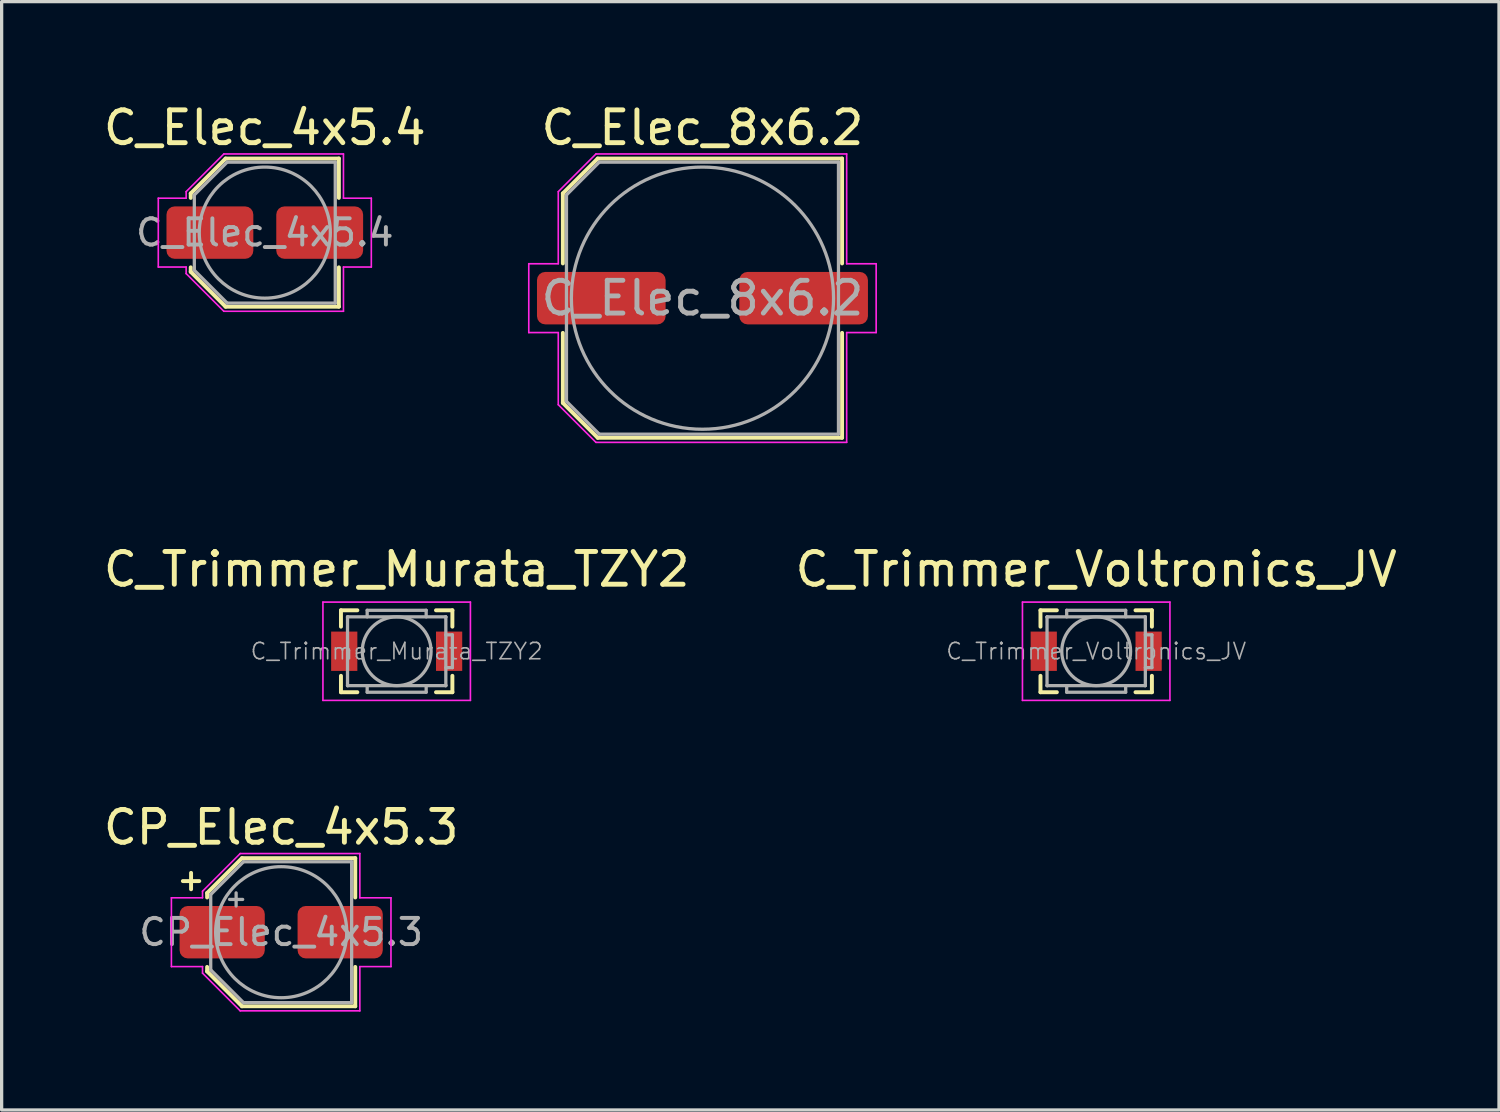
<source format=kicad_pcb>
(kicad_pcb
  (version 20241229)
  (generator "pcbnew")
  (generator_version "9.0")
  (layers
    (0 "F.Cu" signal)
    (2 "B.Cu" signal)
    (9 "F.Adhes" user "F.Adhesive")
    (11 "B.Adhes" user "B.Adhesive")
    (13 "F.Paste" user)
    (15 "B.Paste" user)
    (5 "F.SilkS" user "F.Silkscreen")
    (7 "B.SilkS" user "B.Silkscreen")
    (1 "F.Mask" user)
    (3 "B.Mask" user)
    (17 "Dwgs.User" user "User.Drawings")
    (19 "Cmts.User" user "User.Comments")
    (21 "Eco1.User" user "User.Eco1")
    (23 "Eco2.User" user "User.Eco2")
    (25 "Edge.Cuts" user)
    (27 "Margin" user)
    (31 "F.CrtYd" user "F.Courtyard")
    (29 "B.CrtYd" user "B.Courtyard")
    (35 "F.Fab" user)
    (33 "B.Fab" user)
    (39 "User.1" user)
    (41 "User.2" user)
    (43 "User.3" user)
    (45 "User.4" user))
  (footprint "C_Elec_8x6.2"
    (layer "F.Cu")
    (at 18.385 6.048)
    (property "Reference" "C_Elec_8x6.2" (at 0 -5.2 0) (layer "F.SilkS") (effects (font (size 1 1) (thickness 0.15))))
    (attr smd)
    (fp_line (start -4.26 -3.196) (end -4.26 -1.06) (stroke (width 0.12) (type solid)) (layer "F.SilkS"))
    (fp_line (start -4.26 -3.196) (end -3.196 -4.26) (stroke (width 0.12) (type solid)) (layer "F.SilkS"))
    (fp_line (start -4.26 3.196) (end -4.26 1.06) (stroke (width 0.12) (type solid)) (layer "F.SilkS"))
    (fp_line (start -4.26 3.196) (end -3.196 4.26) (stroke (width 0.12) (type solid)) (layer "F.SilkS"))
    (fp_line (start -3.196 -4.26) (end 4.26 -4.26) (stroke (width 0.12) (type solid)) (layer "F.SilkS"))
    (fp_line (start -3.196 4.26) (end 4.26 4.26) (stroke (width 0.12) (type solid)) (layer "F.SilkS"))
    (fp_line (start 4.26 -4.26) (end 4.26 -1.06) (stroke (width 0.12) (type solid)) (layer "F.SilkS"))
    (fp_line (start 4.26 4.26) (end 4.26 1.06) (stroke (width 0.12) (type solid)) (layer "F.SilkS"))
    (fp_line (start -5.3 -1.05) (end -5.3 1.05) (stroke (width 0.05) (type solid)) (layer "F.CrtYd"))
    (fp_line (start -5.3 1.05) (end -4.4 1.05) (stroke (width 0.05) (type solid)) (layer "F.CrtYd"))
    (fp_line (start -4.4 -3.25) (end -4.4 -1.05) (stroke (width 0.05) (type solid)) (layer "F.CrtYd"))
    (fp_line (start -4.4 -3.25) (end -3.25 -4.4) (stroke (width 0.05) (type solid)) (layer "F.CrtYd"))
    (fp_line (start -4.4 -1.05) (end -5.3 -1.05) (stroke (width 0.05) (type solid)) (layer "F.CrtYd"))
    (fp_line (start -4.4 1.05) (end -4.4 3.25) (stroke (width 0.05) (type solid)) (layer "F.CrtYd"))
    (fp_line (start -4.4 3.25) (end -3.25 4.4) (stroke (width 0.05) (type solid)) (layer "F.CrtYd"))
    (fp_line (start -3.25 -4.4) (end 4.4 -4.4) (stroke (width 0.05) (type solid)) (layer "F.CrtYd"))
    (fp_line (start -3.25 4.4) (end 4.4 4.4) (stroke (width 0.05) (type solid)) (layer "F.CrtYd"))
    (fp_line (start 4.4 -4.4) (end 4.4 -1.05) (stroke (width 0.05) (type solid)) (layer "F.CrtYd"))
    (fp_line (start 4.4 -1.05) (end 5.3 -1.05) (stroke (width 0.05) (type solid)) (layer "F.CrtYd"))
    (fp_line (start 4.4 1.05) (end 4.4 4.4) (stroke (width 0.05) (type solid)) (layer "F.CrtYd"))
    (fp_line (start 5.3 -1.05) (end 5.3 1.05) (stroke (width 0.05) (type solid)) (layer "F.CrtYd"))
    (fp_line (start 5.3 1.05) (end 4.4 1.05) (stroke (width 0.05) (type solid)) (layer "F.CrtYd"))
    (fp_line (start -4.15 -3.15) (end -4.15 3.15) (stroke (width 0.1) (type solid)) (layer "F.Fab"))
    (fp_line (start -4.15 -3.15) (end -3.15 -4.15) (stroke (width 0.1) (type solid)) (layer "F.Fab"))
    (fp_line (start -4.15 3.15) (end -3.15 4.15) (stroke (width 0.1) (type solid)) (layer "F.Fab"))
    (fp_line (start -3.15 -4.15) (end 4.15 -4.15) (stroke (width 0.1) (type solid)) (layer "F.Fab"))
    (fp_line (start -3.15 4.15) (end 4.15 4.15) (stroke (width 0.1) (type solid)) (layer "F.Fab"))
    (fp_line (start 4.15 -4.15) (end 4.15 4.15) (stroke (width 0.1) (type solid)) (layer "F.Fab"))
    (fp_circle (center 0 0) (end 4 0) (stroke (width 0.1) (type solid)) (fill no) (layer "F.Fab"))
    (fp_text user "${REFERENCE}" (at 0 0 0) (layer "F.Fab") (effects (font (size 1 1) (thickness 0.15))))
    (pad "1" smd roundrect (at -3.087 0) (size 3.925 1.6) (layers "F.Cu" "F.Mask" "F.Paste") (roundrect_rratio 0.156))
    (pad "2" smd roundrect (at 3.087 0) (size 3.925 1.6) (layers "F.Cu" "F.Mask" "F.Paste") (roundrect_rratio 0.156)))
  (footprint "C_Trimmer_Murata_TZY2"
    (layer "F.Cu")
    (at 9.054 16.822)
    (property "Reference" "C_Trimmer_Murata_TZY2" (at 0 -2.5 0) (layer "F.SilkS") (effects (font (size 1 1) (thickness 0.15))))
    (attr smd)
    (fp_line (start -1.7 -1.25) (end -1.7 -0.75) (stroke (width 0.12) (type solid)) (layer "F.SilkS"))
    (fp_line (start -1.7 -1.25) (end -1.2 -1.25) (stroke (width 0.12) (type solid)) (layer "F.SilkS"))
    (fp_line (start -1.7 1.25) (end -1.7 0.75) (stroke (width 0.12) (type solid)) (layer "F.SilkS"))
    (fp_line (start -1.7 1.25) (end -1.2 1.25) (stroke (width 0.12) (type solid)) (layer "F.SilkS"))
    (fp_line (start 1.7 -1.25) (end 1.2 -1.25) (stroke (width 0.12) (type solid)) (layer "F.SilkS"))
    (fp_line (start 1.7 -1.25) (end 1.7 -0.75) (stroke (width 0.12) (type solid)) (layer "F.SilkS"))
    (fp_line (start 1.7 1.25) (end 1.2 1.25) (stroke (width 0.12) (type solid)) (layer "F.SilkS"))
    (fp_line (start 1.7 1.25) (end 1.7 0.75) (stroke (width 0.12) (type solid)) (layer "F.SilkS"))
    (fp_line (start -2.25 -1.5) (end -2.25 1.5) (stroke (width 0.05) (type solid)) (layer "F.CrtYd"))
    (fp_line (start -2.25 1.5) (end 2.25 1.5) (stroke (width 0.05) (type solid)) (layer "F.CrtYd"))
    (fp_line (start 2.25 -1.5) (end -2.25 -1.5) (stroke (width 0.05) (type solid)) (layer "F.CrtYd"))
    (fp_line (start 2.25 1.5) (end 2.25 -1.5) (stroke (width 0.05) (type solid)) (layer "F.CrtYd"))
    (fp_line (start -1.5 -1.05) (end -1.49 -1.05) (stroke (width 0.1) (type solid)) (layer "F.Fab"))
    (fp_line (start -1.5 -1.04) (end -1.5 -1.05) (stroke (width 0.1) (type solid)) (layer "F.Fab"))
    (fp_line (start -1.5 1.04) (end -1.5 -1.04) (stroke (width 0.1) (type solid)) (layer "F.Fab"))
    (fp_line (start -1.5 1.05) (end -1.5 1.04) (stroke (width 0.1) (type solid)) (layer "F.Fab"))
    (fp_line (start -1.49 -1.05) (end 1.49 -1.05) (stroke (width 0.1) (type solid)) (layer "F.Fab"))
    (fp_line (start -1.49 1.05) (end -1.5 1.05) (stroke (width 0.1) (type solid)) (layer "F.Fab"))
    (fp_line (start -0.9 -1.25) (end 0.9 -1.25) (stroke (width 0.1) (type solid)) (layer "F.Fab"))
    (fp_line (start -0.9 -1.05) (end -0.9 -1.25) (stroke (width 0.1) (type solid)) (layer "F.Fab"))
    (fp_line (start -0.9 1.05) (end -0.9 1.25) (stroke (width 0.1) (type solid)) (layer "F.Fab"))
    (fp_line (start -0.9 1.25) (end 0.9 1.25) (stroke (width 0.1) (type solid)) (layer "F.Fab"))
    (fp_line (start 0.9 -1.25) (end 0.9 -1.05) (stroke (width 0.1) (type solid)) (layer "F.Fab"))
    (fp_line (start 0.9 1.25) (end 0.9 1.05) (stroke (width 0.1) (type solid)) (layer "F.Fab"))
    (fp_line (start 1.49 -1.05) (end 1.5 -1.05) (stroke (width 0.1) (type solid)) (layer "F.Fab"))
    (fp_line (start 1.49 1.05) (end -1.49 1.05) (stroke (width 0.1) (type solid)) (layer "F.Fab"))
    (fp_line (start 1.5 -1.05) (end 1.5 -1.04) (stroke (width 0.1) (type solid)) (layer "F.Fab"))
    (fp_line (start 1.5 -1.04) (end 1.5 1.04) (stroke (width 0.1) (type solid)) (layer "F.Fab"))
    (fp_line (start 1.5 -0.5) (end 1.7 -0.5) (stroke (width 0.1) (type solid)) (layer "F.Fab"))
    (fp_line (start 1.5 1.04) (end 1.5 1.05) (stroke (width 0.1) (type solid)) (layer "F.Fab"))
    (fp_line (start 1.5 1.05) (end 1.49 1.05) (stroke (width 0.1) (type solid)) (layer "F.Fab"))
    (fp_line (start 1.7 -0.5) (end 1.7 0.5) (stroke (width 0.1) (type solid)) (layer "F.Fab"))
    (fp_line (start 1.7 0.5) (end 1.5 0.5) (stroke (width 0.1) (type solid)) (layer "F.Fab"))
    (fp_circle (center 0 0) (end 1.05 0) (stroke (width 0.1) (type solid)) (fill no) (layer "F.Fab"))
    (fp_text user "${REFERENCE}" (at 0 0 0) (layer "F.Fab") (effects (font (size 0.5 0.5) (thickness 0.05))))
    (pad "1" smd rect (at -1.6 0) (size 0.8 1.2) (layers "F.Cu" "F.Mask" "F.Paste"))
    (pad "2" smd rect (at 1.6 0) (size 0.8 1.2) (layers "F.Cu" "F.Mask" "F.Paste")))
  (footprint "C_Elec_4x5.4"
    (layer "F.Cu")
    (at 5.03 4.048)
    (property "Reference" "C_Elec_4x5.4" (at 0 -3.2 0) (layer "F.SilkS") (effects (font (size 1 1) (thickness 0.15))))
    (attr smd)
    (fp_line (start -2.26 -1.196) (end -2.26 -1.06) (stroke (width 0.12) (type solid)) (layer "F.SilkS"))
    (fp_line (start -2.26 -1.196) (end -1.196 -2.26) (stroke (width 0.12) (type solid)) (layer "F.SilkS"))
    (fp_line (start -2.26 1.196) (end -2.26 1.06) (stroke (width 0.12) (type solid)) (layer "F.SilkS"))
    (fp_line (start -2.26 1.196) (end -1.196 2.26) (stroke (width 0.12) (type solid)) (layer "F.SilkS"))
    (fp_line (start -1.196 -2.26) (end 2.26 -2.26) (stroke (width 0.12) (type solid)) (layer "F.SilkS"))
    (fp_line (start -1.196 2.26) (end 2.26 2.26) (stroke (width 0.12) (type solid)) (layer "F.SilkS"))
    (fp_line (start 2.26 -2.26) (end 2.26 -1.06) (stroke (width 0.12) (type solid)) (layer "F.SilkS"))
    (fp_line (start 2.26 2.26) (end 2.26 1.06) (stroke (width 0.12) (type solid)) (layer "F.SilkS"))
    (fp_line (start -3.25 -1.05) (end -3.25 1.05) (stroke (width 0.05) (type solid)) (layer "F.CrtYd"))
    (fp_line (start -3.25 1.05) (end -2.4 1.05) (stroke (width 0.05) (type solid)) (layer "F.CrtYd"))
    (fp_line (start -2.4 -1.25) (end -2.4 -1.05) (stroke (width 0.05) (type solid)) (layer "F.CrtYd"))
    (fp_line (start -2.4 -1.25) (end -1.25 -2.4) (stroke (width 0.05) (type solid)) (layer "F.CrtYd"))
    (fp_line (start -2.4 -1.05) (end -3.25 -1.05) (stroke (width 0.05) (type solid)) (layer "F.CrtYd"))
    (fp_line (start -2.4 1.05) (end -2.4 1.25) (stroke (width 0.05) (type solid)) (layer "F.CrtYd"))
    (fp_line (start -2.4 1.25) (end -1.25 2.4) (stroke (width 0.05) (type solid)) (layer "F.CrtYd"))
    (fp_line (start -1.25 -2.4) (end 2.4 -2.4) (stroke (width 0.05) (type solid)) (layer "F.CrtYd"))
    (fp_line (start -1.25 2.4) (end 2.4 2.4) (stroke (width 0.05) (type solid)) (layer "F.CrtYd"))
    (fp_line (start 2.4 -2.4) (end 2.4 -1.05) (stroke (width 0.05) (type solid)) (layer "F.CrtYd"))
    (fp_line (start 2.4 -1.05) (end 3.25 -1.05) (stroke (width 0.05) (type solid)) (layer "F.CrtYd"))
    (fp_line (start 2.4 1.05) (end 2.4 2.4) (stroke (width 0.05) (type solid)) (layer "F.CrtYd"))
    (fp_line (start 3.25 -1.05) (end 3.25 1.05) (stroke (width 0.05) (type solid)) (layer "F.CrtYd"))
    (fp_line (start 3.25 1.05) (end 2.4 1.05) (stroke (width 0.05) (type solid)) (layer "F.CrtYd"))
    (fp_line (start -2.15 -1.15) (end -2.15 1.15) (stroke (width 0.1) (type solid)) (layer "F.Fab"))
    (fp_line (start -2.15 -1.15) (end -1.15 -2.15) (stroke (width 0.1) (type solid)) (layer "F.Fab"))
    (fp_line (start -2.15 1.15) (end -1.15 2.15) (stroke (width 0.1) (type solid)) (layer "F.Fab"))
    (fp_line (start -1.15 -2.15) (end 2.15 -2.15) (stroke (width 0.1) (type solid)) (layer "F.Fab"))
    (fp_line (start -1.15 2.15) (end 2.15 2.15) (stroke (width 0.1) (type solid)) (layer "F.Fab"))
    (fp_line (start 2.15 -2.15) (end 2.15 2.15) (stroke (width 0.1) (type solid)) (layer "F.Fab"))
    (fp_circle (center 0 0) (end 2 0) (stroke (width 0.1) (type solid)) (fill no) (layer "F.Fab"))
    (fp_text user "${REFERENCE}" (at 0 0 0) (layer "F.Fab") (effects (font (size 0.8 0.8) (thickness 0.12))))
    (pad "1" smd roundrect (at -1.675 0) (size 2.65 1.6) (layers "F.Cu" "F.Mask" "F.Paste") (roundrect_rratio 0.156))
    (pad "2" smd roundrect (at 1.675 0) (size 2.65 1.6) (layers "F.Cu" "F.Mask" "F.Paste") (roundrect_rratio 0.156)))
  (footprint "C_Trimmer_Voltronics_JV"
    (layer "F.Cu")
    (at 30.399 16.822)
    (property "Reference" "C_Trimmer_Voltronics_JV" (at 0 -2.5 0) (layer "F.SilkS") (effects (font (size 1 1) (thickness 0.15))))
    (attr smd)
    (fp_line (start -1.7 -1.25) (end -1.7 -0.75) (stroke (width 0.12) (type solid)) (layer "F.SilkS"))
    (fp_line (start -1.7 -1.25) (end -1.2 -1.25) (stroke (width 0.12) (type solid)) (layer "F.SilkS"))
    (fp_line (start -1.7 1.25) (end -1.7 0.75) (stroke (width 0.12) (type solid)) (layer "F.SilkS"))
    (fp_line (start -1.7 1.25) (end -1.2 1.25) (stroke (width 0.12) (type solid)) (layer "F.SilkS"))
    (fp_line (start 1.7 -1.25) (end 1.2 -1.25) (stroke (width 0.12) (type solid)) (layer "F.SilkS"))
    (fp_line (start 1.7 -1.25) (end 1.7 -0.75) (stroke (width 0.12) (type solid)) (layer "F.SilkS"))
    (fp_line (start 1.7 1.25) (end 1.2 1.25) (stroke (width 0.12) (type solid)) (layer "F.SilkS"))
    (fp_line (start 1.7 1.25) (end 1.7 0.75) (stroke (width 0.12) (type solid)) (layer "F.SilkS"))
    (fp_line (start -2.25 -1.5) (end -2.25 1.5) (stroke (width 0.05) (type solid)) (layer "F.CrtYd"))
    (fp_line (start -2.25 1.5) (end 2.25 1.5) (stroke (width 0.05) (type solid)) (layer "F.CrtYd"))
    (fp_line (start 2.25 -1.5) (end -2.25 -1.5) (stroke (width 0.05) (type solid)) (layer "F.CrtYd"))
    (fp_line (start 2.25 1.5) (end 2.25 -1.5) (stroke (width 0.05) (type solid)) (layer "F.CrtYd"))
    (fp_line (start -1.5 -1.05) (end -1.49 -1.05) (stroke (width 0.1) (type solid)) (layer "F.Fab"))
    (fp_line (start -1.5 -1.04) (end -1.5 -1.05) (stroke (width 0.1) (type solid)) (layer "F.Fab"))
    (fp_line (start -1.5 1.04) (end -1.5 -1.04) (stroke (width 0.1) (type solid)) (layer "F.Fab"))
    (fp_line (start -1.5 1.05) (end -1.5 1.04) (stroke (width 0.1) (type solid)) (layer "F.Fab"))
    (fp_line (start -1.49 -1.05) (end 1.49 -1.05) (stroke (width 0.1) (type solid)) (layer "F.Fab"))
    (fp_line (start -1.49 1.05) (end -1.5 1.05) (stroke (width 0.1) (type solid)) (layer "F.Fab"))
    (fp_line (start -0.9 -1.25) (end 0.9 -1.25) (stroke (width 0.1) (type solid)) (layer "F.Fab"))
    (fp_line (start -0.9 -1.05) (end -0.9 -1.25) (stroke (width 0.1) (type solid)) (layer "F.Fab"))
    (fp_line (start -0.9 1.05) (end -0.9 1.25) (stroke (width 0.1) (type solid)) (layer "F.Fab"))
    (fp_line (start -0.9 1.25) (end 0.9 1.25) (stroke (width 0.1) (type solid)) (layer "F.Fab"))
    (fp_line (start 0.9 -1.25) (end 0.9 -1.05) (stroke (width 0.1) (type solid)) (layer "F.Fab"))
    (fp_line (start 0.9 1.25) (end 0.9 1.05) (stroke (width 0.1) (type solid)) (layer "F.Fab"))
    (fp_line (start 1.49 -1.05) (end 1.5 -1.05) (stroke (width 0.1) (type solid)) (layer "F.Fab"))
    (fp_line (start 1.49 1.05) (end -1.49 1.05) (stroke (width 0.1) (type solid)) (layer "F.Fab"))
    (fp_line (start 1.5 -1.05) (end 1.5 -1.04) (stroke (width 0.1) (type solid)) (layer "F.Fab"))
    (fp_line (start 1.5 -1.04) (end 1.5 1.04) (stroke (width 0.1) (type solid)) (layer "F.Fab"))
    (fp_line (start 1.5 -0.5) (end 1.7 -0.5) (stroke (width 0.1) (type solid)) (layer "F.Fab"))
    (fp_line (start 1.5 1.04) (end 1.5 1.05) (stroke (width 0.1) (type solid)) (layer "F.Fab"))
    (fp_line (start 1.5 1.05) (end 1.49 1.05) (stroke (width 0.1) (type solid)) (layer "F.Fab"))
    (fp_line (start 1.7 -0.5) (end 1.7 0.5) (stroke (width 0.1) (type solid)) (layer "F.Fab"))
    (fp_line (start 1.7 0.5) (end 1.5 0.5) (stroke (width 0.1) (type solid)) (layer "F.Fab"))
    (fp_circle (center 0 0) (end 1.05 0) (stroke (width 0.1) (type solid)) (fill no) (layer "F.Fab"))
    (fp_text user "${REFERENCE}" (at 0 0 0) (layer "F.Fab") (effects (font (size 0.5 0.5) (thickness 0.05))))
    (pad "1" smd rect (at -1.6 0) (size 0.8 1.2) (layers "F.Cu" "F.Mask" "F.Paste"))
    (pad "2" smd rect (at 1.6 0) (size 0.8 1.2) (layers "F.Cu" "F.Mask" "F.Paste")))
  (footprint "CP_Elec_4x5.3"
    (layer "F.Cu")
    (at 5.53 25.395)
    (property "Reference" "CP_Elec_4x5.3" (at 0 -3.2 0) (layer "F.SilkS") (effects (font (size 1 1) (thickness 0.15))))
    (attr smd)
    (fp_line (start -3 -1.56) (end -2.5 -1.56) (stroke (width 0.12) (type solid)) (layer "F.SilkS"))
    (fp_line (start -2.75 -1.81) (end -2.75 -1.31) (stroke (width 0.12) (type solid)) (layer "F.SilkS"))
    (fp_line (start -2.26 -1.196) (end -2.26 -1.06) (stroke (width 0.12) (type solid)) (layer "F.SilkS"))
    (fp_line (start -2.26 -1.196) (end -1.196 -2.26) (stroke (width 0.12) (type solid)) (layer "F.SilkS"))
    (fp_line (start -2.26 1.196) (end -2.26 1.06) (stroke (width 0.12) (type solid)) (layer "F.SilkS"))
    (fp_line (start -2.26 1.196) (end -1.196 2.26) (stroke (width 0.12) (type solid)) (layer "F.SilkS"))
    (fp_line (start -1.196 -2.26) (end 2.26 -2.26) (stroke (width 0.12) (type solid)) (layer "F.SilkS"))
    (fp_line (start -1.196 2.26) (end 2.26 2.26) (stroke (width 0.12) (type solid)) (layer "F.SilkS"))
    (fp_line (start 2.26 -2.26) (end 2.26 -1.06) (stroke (width 0.12) (type solid)) (layer "F.SilkS"))
    (fp_line (start 2.26 2.26) (end 2.26 1.06) (stroke (width 0.12) (type solid)) (layer "F.SilkS"))
    (fp_line (start -3.35 -1.05) (end -3.35 1.05) (stroke (width 0.05) (type solid)) (layer "F.CrtYd"))
    (fp_line (start -3.35 1.05) (end -2.4 1.05) (stroke (width 0.05) (type solid)) (layer "F.CrtYd"))
    (fp_line (start -2.4 -1.25) (end -2.4 -1.05) (stroke (width 0.05) (type solid)) (layer "F.CrtYd"))
    (fp_line (start -2.4 -1.25) (end -1.25 -2.4) (stroke (width 0.05) (type solid)) (layer "F.CrtYd"))
    (fp_line (start -2.4 -1.05) (end -3.35 -1.05) (stroke (width 0.05) (type solid)) (layer "F.CrtYd"))
    (fp_line (start -2.4 1.05) (end -2.4 1.25) (stroke (width 0.05) (type solid)) (layer "F.CrtYd"))
    (fp_line (start -2.4 1.25) (end -1.25 2.4) (stroke (width 0.05) (type solid)) (layer "F.CrtYd"))
    (fp_line (start -1.25 -2.4) (end 2.4 -2.4) (stroke (width 0.05) (type solid)) (layer "F.CrtYd"))
    (fp_line (start -1.25 2.4) (end 2.4 2.4) (stroke (width 0.05) (type solid)) (layer "F.CrtYd"))
    (fp_line (start 2.4 -2.4) (end 2.4 -1.05) (stroke (width 0.05) (type solid)) (layer "F.CrtYd"))
    (fp_line (start 2.4 -1.05) (end 3.35 -1.05) (stroke (width 0.05) (type solid)) (layer "F.CrtYd"))
    (fp_line (start 2.4 1.05) (end 2.4 2.4) (stroke (width 0.05) (type solid)) (layer "F.CrtYd"))
    (fp_line (start 3.35 -1.05) (end 3.35 1.05) (stroke (width 0.05) (type solid)) (layer "F.CrtYd"))
    (fp_line (start 3.35 1.05) (end 2.4 1.05) (stroke (width 0.05) (type solid)) (layer "F.CrtYd"))
    (fp_line (start -2.15 -1.15) (end -2.15 1.15) (stroke (width 0.1) (type solid)) (layer "F.Fab"))
    (fp_line (start -2.15 -1.15) (end -1.15 -2.15) (stroke (width 0.1) (type solid)) (layer "F.Fab"))
    (fp_line (start -2.15 1.15) (end -1.15 2.15) (stroke (width 0.1) (type solid)) (layer "F.Fab"))
    (fp_line (start -1.575 -1) (end -1.175 -1) (stroke (width 0.1) (type solid)) (layer "F.Fab"))
    (fp_line (start -1.375 -1.2) (end -1.375 -0.8) (stroke (width 0.1) (type solid)) (layer "F.Fab"))
    (fp_line (start -1.15 -2.15) (end 2.15 -2.15) (stroke (width 0.1) (type solid)) (layer "F.Fab"))
    (fp_line (start -1.15 2.15) (end 2.15 2.15) (stroke (width 0.1) (type solid)) (layer "F.Fab"))
    (fp_line (start 2.15 -2.15) (end 2.15 2.15) (stroke (width 0.1) (type solid)) (layer "F.Fab"))
    (fp_circle (center 0 0) (end 2 0) (stroke (width 0.1) (type solid)) (fill no) (layer "F.Fab"))
    (fp_text user "${REFERENCE}" (at 0 0 0) (layer "F.Fab") (effects (font (size 0.8 0.8) (thickness 0.12))))
    (pad "1" smd roundrect (at -1.8 0) (size 2.6 1.6) (layers "F.Cu" "F.Mask" "F.Paste") (roundrect_rratio 0.156))
    (pad "2" smd roundrect (at 1.8 0) (size 2.6 1.6) (layers "F.Cu" "F.Mask" "F.Paste") (roundrect_rratio 0.156)))
  (gr_rect
    (start -3 -3)
    (end 42.69 30.82)
    (stroke (width 0.1) (type default))
    (fill no)
    (layer "Edge.Cuts")))
</source>
